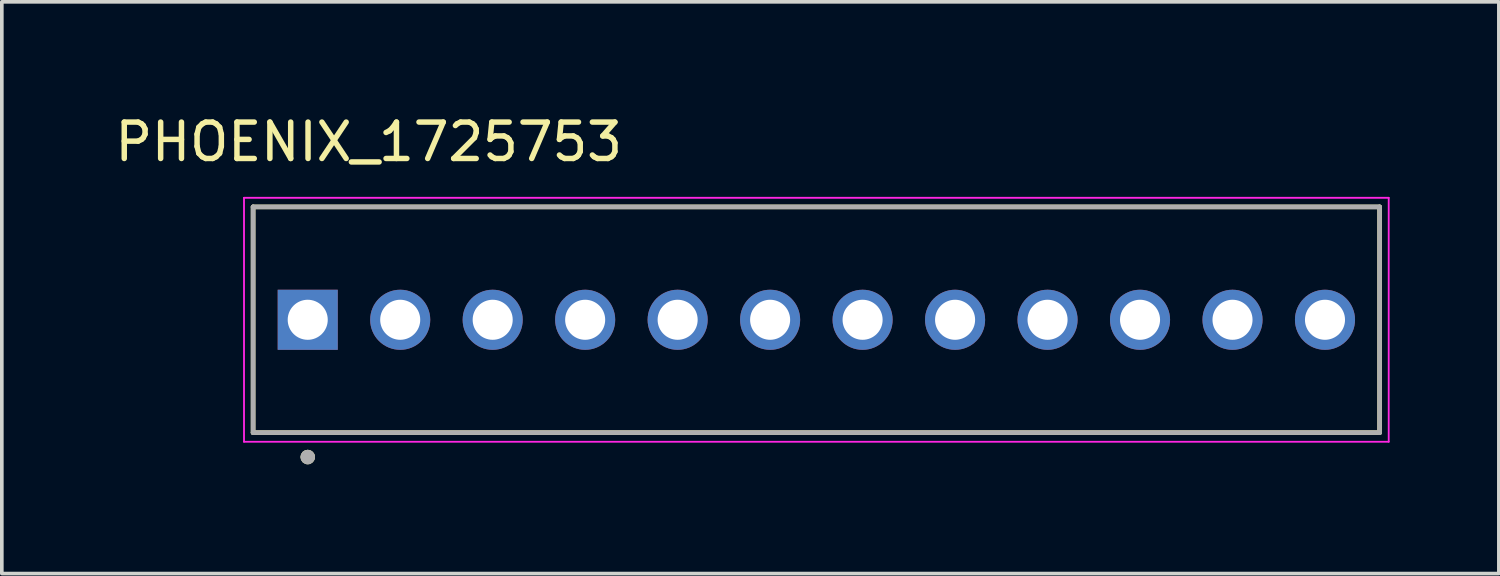
<source format=kicad_pcb>
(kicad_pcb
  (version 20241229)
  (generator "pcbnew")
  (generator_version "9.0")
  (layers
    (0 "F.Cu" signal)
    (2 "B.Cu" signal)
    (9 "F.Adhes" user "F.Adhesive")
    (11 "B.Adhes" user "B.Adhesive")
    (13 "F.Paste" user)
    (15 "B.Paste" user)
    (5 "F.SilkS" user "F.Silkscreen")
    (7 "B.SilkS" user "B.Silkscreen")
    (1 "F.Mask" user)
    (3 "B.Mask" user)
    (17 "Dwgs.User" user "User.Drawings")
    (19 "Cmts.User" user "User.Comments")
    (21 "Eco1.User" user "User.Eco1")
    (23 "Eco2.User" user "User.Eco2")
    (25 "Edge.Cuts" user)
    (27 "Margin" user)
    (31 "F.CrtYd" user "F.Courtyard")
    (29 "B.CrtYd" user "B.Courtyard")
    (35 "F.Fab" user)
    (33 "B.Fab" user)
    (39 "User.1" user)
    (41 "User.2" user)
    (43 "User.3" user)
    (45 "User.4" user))
  (footprint "PHOENIX_1725753"
    (layer "F.Cu")
    (at 19.372 5.733)
    (property "Reference" "PHOENIX_1725753" (at -12.295 -4.885 0) (layer "F.SilkS") (effects (font (size 1 1) (thickness 0.15))))
    (attr through_hole)
    (fp_line (start -15.47 -3.1) (end 15.47 -3.1) (stroke (width 0.127) (type solid)) (layer "F.SilkS"))
    (fp_line (start -15.47 3.1) (end -15.47 -3.1) (stroke (width 0.127) (type solid)) (layer "F.SilkS"))
    (fp_line (start 15.47 -3.1) (end 15.47 3.1) (stroke (width 0.127) (type solid)) (layer "F.SilkS"))
    (fp_line (start 15.47 3.1) (end -15.47 3.1) (stroke (width 0.127) (type solid)) (layer "F.SilkS"))
    (fp_circle (center -13.97 3.77) (end -13.87 3.77) (stroke (width 0.2) (type solid)) (fill no) (layer "F.SilkS"))
    (fp_line (start -15.72 -3.35) (end 15.72 -3.35) (stroke (width 0.05) (type solid)) (layer "F.CrtYd"))
    (fp_line (start -15.72 3.35) (end -15.72 -3.35) (stroke (width 0.05) (type solid)) (layer "F.CrtYd"))
    (fp_line (start 15.72 -3.35) (end 15.72 3.35) (stroke (width 0.05) (type solid)) (layer "F.CrtYd"))
    (fp_line (start 15.72 3.35) (end -15.72 3.35) (stroke (width 0.05) (type solid)) (layer "F.CrtYd"))
    (fp_line (start -15.47 -3.1) (end 15.47 -3.1) (stroke (width 0.127) (type solid)) (layer "F.Fab"))
    (fp_line (start -15.47 3.1) (end -15.47 -3.1) (stroke (width 0.127) (type solid)) (layer "F.Fab"))
    (fp_line (start 15.47 -3.1) (end 15.47 3.1) (stroke (width 0.127) (type solid)) (layer "F.Fab"))
    (fp_line (start 15.47 3.1) (end -15.47 3.1) (stroke (width 0.127) (type solid)) (layer "F.Fab"))
    (fp_circle (center -13.97 3.77) (end -13.87 3.77) (stroke (width 0.2) (type solid)) (fill no) (layer "F.Fab"))
    (pad "1" thru_hole rect (at -13.97 0) (size 1.65 1.65) (drill 1.1) (layers "*.Cu" "*.Mask"))
    (pad "2" thru_hole circle (at -11.43 0) (size 1.65 1.65) (drill 1.1) (layers "*.Cu" "*.Mask"))
    (pad "3" thru_hole circle (at -8.89 0) (size 1.65 1.65) (drill 1.1) (layers "*.Cu" "*.Mask"))
    (pad "4" thru_hole circle (at -6.35 0) (size 1.65 1.65) (drill 1.1) (layers "*.Cu" "*.Mask"))
    (pad "5" thru_hole circle (at -3.81 0) (size 1.65 1.65) (drill 1.1) (layers "*.Cu" "*.Mask"))
    (pad "6" thru_hole circle (at -1.27 0) (size 1.65 1.65) (drill 1.1) (layers "*.Cu" "*.Mask"))
    (pad "7" thru_hole circle (at 1.27 0) (size 1.65 1.65) (drill 1.1) (layers "*.Cu" "*.Mask"))
    (pad "8" thru_hole circle (at 3.81 0) (size 1.65 1.65) (drill 1.1) (layers "*.Cu" "*.Mask"))
    (pad "9" thru_hole circle (at 6.35 0) (size 1.65 1.65) (drill 1.1) (layers "*.Cu" "*.Mask"))
    (pad "10" thru_hole circle (at 8.89 0) (size 1.65 1.65) (drill 1.1) (layers "*.Cu" "*.Mask"))
    (pad "11" thru_hole circle (at 11.43 0) (size 1.65 1.65) (drill 1.1) (layers "*.Cu" "*.Mask"))
    (pad "12" thru_hole circle (at 13.97 0) (size 1.65 1.65) (drill 1.1) (layers "*.Cu" "*.Mask")))
  (gr_rect
    (start -3 -3)
    (end 38.117 12.703)
    (stroke (width 0.1) (type default))
    (fill no)
    (layer "Edge.Cuts")))
</source>
